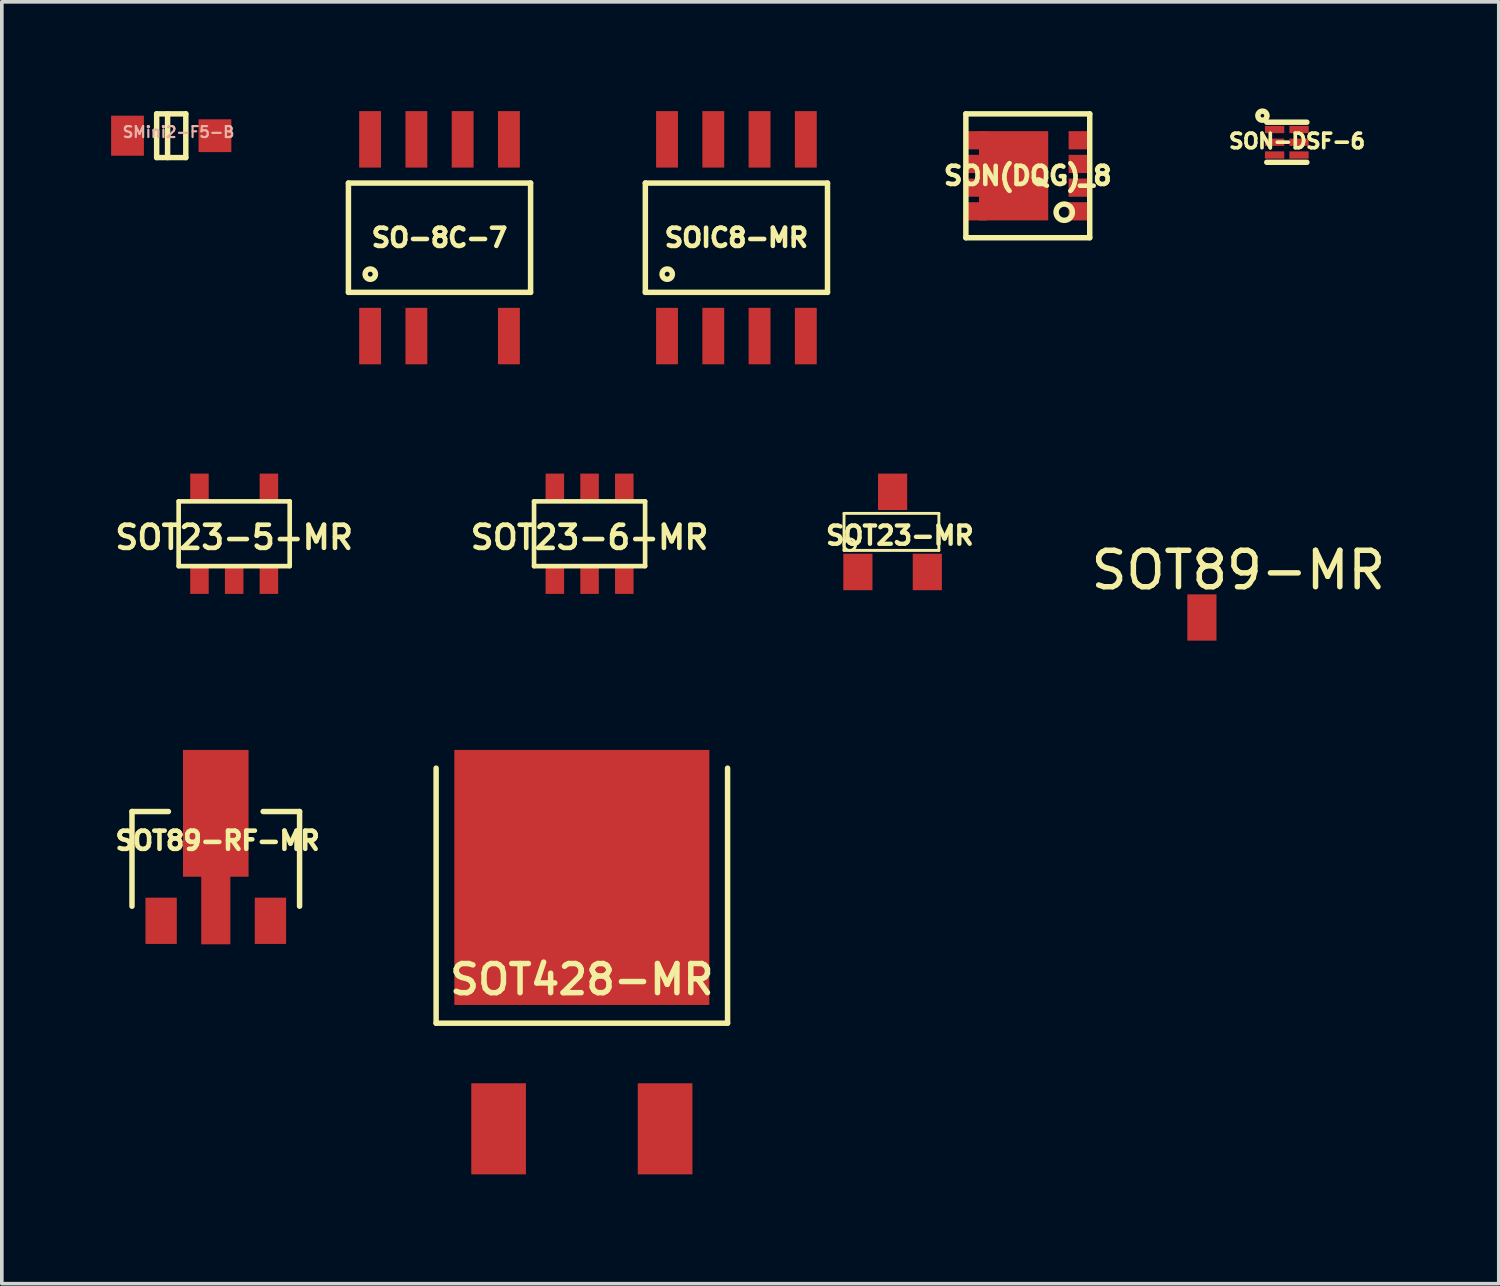
<source format=kicad_pcb>
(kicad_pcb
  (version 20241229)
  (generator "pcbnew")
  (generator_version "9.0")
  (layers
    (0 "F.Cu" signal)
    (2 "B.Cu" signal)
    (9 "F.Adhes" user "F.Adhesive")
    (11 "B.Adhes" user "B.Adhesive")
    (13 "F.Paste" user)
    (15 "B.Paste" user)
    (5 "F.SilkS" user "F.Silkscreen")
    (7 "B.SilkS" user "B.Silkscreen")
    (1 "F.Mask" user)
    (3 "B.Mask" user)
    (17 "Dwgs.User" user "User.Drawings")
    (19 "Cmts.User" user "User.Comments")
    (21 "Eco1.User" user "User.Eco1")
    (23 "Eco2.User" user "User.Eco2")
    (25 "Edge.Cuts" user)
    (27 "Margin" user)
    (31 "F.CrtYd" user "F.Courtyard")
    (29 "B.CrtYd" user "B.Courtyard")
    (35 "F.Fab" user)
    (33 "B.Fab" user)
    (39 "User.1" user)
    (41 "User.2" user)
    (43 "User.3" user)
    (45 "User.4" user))
  (footprint "SOT89-MR"
    (layer "F.Cu")
    (at 33.441 10.2)
    (property "Reference" "SOT89-MR" (at -2.5 2.4 0) (layer "F.SilkS") (effects (font (size 1 1) (thickness 0.15))))
    (attr smd)
    (pad "1" smd rect (at -3.5 3.7) (size 0.8 1.27) (layers "F.Cu" "F.Mask" "F.Paste")))
  (footprint "SOT23-5-MR"
    (layer "F.Cu")
    (at 3.378 11.601)
    (property "Reference" "SOT23-5-MR" (at 0 0.1 180) (layer "F.SilkS") (effects (font (size 0.635 0.635) (thickness 0.127))))
    (attr smd)
    (fp_line (start -1.524 -0.889) (end 1.524 -0.889) (stroke (width 0.127) (type solid)) (layer "F.SilkS"))
    (fp_line (start -1.524 0.889) (end -1.524 -0.889) (stroke (width 0.127) (type solid)) (layer "F.SilkS"))
    (fp_line (start 1.524 -0.889) (end 1.524 0.889) (stroke (width 0.127) (type solid)) (layer "F.SilkS"))
    (fp_line (start 1.524 0.889) (end -1.524 0.889) (stroke (width 0.127) (type solid)) (layer "F.SilkS"))
    (pad "1" smd rect (at -0.953 1.27) (size 0.508 0.762) (layers "F.Cu" "F.Mask" "F.Paste"))
    (pad "2" smd rect (at 0 1.27) (size 0.508 0.762) (layers "F.Cu" "F.Mask" "F.Paste"))
    (pad "3" smd rect (at 0.953 1.27) (size 0.508 0.762) (layers "F.Cu" "F.Mask" "F.Paste"))
    (pad "4" smd rect (at 0.953 -1.27) (size 0.508 0.762) (layers "F.Cu" "F.Mask" "F.Paste"))
    (pad "5" smd rect (at -0.953 -1.27) (size 0.508 0.762) (layers "F.Cu" "F.Mask" "F.Paste")))
  (footprint "SON-DSF-6"
    (layer "F.Cu")
    (at 32.272 0.855)
    (property "Reference" "SON-DSF-6" (at 0.28 -0.03 0) (layer "F.SilkS") (effects (font (size 0.4 0.4) (thickness 0.1))))
    (attr through_hole)
    (fp_line (start -0.55 -0.55) (end 0.55 -0.55) (stroke (width 0.15) (type solid)) (layer "F.SilkS"))
    (fp_line (start -0.55 0.55) (end 0.55 0.55) (stroke (width 0.15) (type solid)) (layer "F.SilkS"))
    (fp_circle (center -0.67 -0.73) (end -0.63 -0.7) (stroke (width 0.15) (type solid)) (fill no) (layer "F.SilkS"))
    (pad "1" smd rect (at -0.335 -0.35) (size 0.53 0.2) (layers "F.Cu" "F.Mask" "F.Paste"))
    (pad "2" smd rect (at -0.335 0) (size 0.53 0.2) (layers "F.Cu" "F.Mask" "F.Paste"))
    (pad "3" smd rect (at -0.335 0.35) (size 0.53 0.2) (layers "F.Cu" "F.Mask" "F.Paste"))
    (pad "4" smd rect (at 0.335 0.35) (size 0.53 0.2) (layers "F.Cu" "F.Mask" "F.Paste"))
    (pad "5" smd rect (at 0.335 0) (size 0.53 0.2) (layers "F.Cu" "F.Mask" "F.Paste"))
    (pad "6" smd rect (at 0.335 -0.35) (size 0.53 0.2) (layers "F.Cu" "F.Mask" "F.Paste")))
  (footprint "SON(DQG)_8"
    (layer "F.Cu")
    (at 25.162 1.775)
    (property "Reference" "SON(DQG)_8" (at 0 0 0) (layer "F.SilkS") (effects (font (size 0.5 0.5) (thickness 0.125))))
    (attr through_hole)
    (fp_line (start -1.7 -1.7) (end -1.7 1.7) (stroke (width 0.15) (type solid)) (layer "F.SilkS"))
    (fp_line (start -1.7 1.7) (end 1.7 1.7) (stroke (width 0.15) (type solid)) (layer "F.SilkS"))
    (fp_line (start 1.7 -1.7) (end -1.7 -1.7) (stroke (width 0.15) (type solid)) (layer "F.SilkS"))
    (fp_line (start 1.7 1.7) (end 1.7 -1.7) (stroke (width 0.15) (type solid)) (layer "F.SilkS"))
    (fp_circle (center 1 1) (end 1.2 1.1) (stroke (width 0.15) (type solid)) (fill no) (layer "F.SilkS"))
    (pad "1" smd rect (at 1.435 0.975) (size 0.63 0.5) (layers "F.Cu" "F.Mask" "F.Paste"))
    (pad "2" smd rect (at 1.435 0.325) (size 0.63 0.5) (layers "F.Cu" "F.Mask" "F.Paste"))
    (pad "3" smd rect (at 1.435 -0.325) (size 0.63 0.5) (layers "F.Cu" "F.Mask" "F.Paste"))
    (pad "4" smd rect (at 1.435 -0.975) (size 0.63 0.5) (layers "F.Cu" "F.Mask" "F.Paste"))
    (pad "5" smd rect (at -1.435 -0.975) (size 0.63 0.5) (layers "F.Cu" "F.Mask" "F.Paste"))
    (pad "6" smd rect (at -1.435 -0.325) (size 0.63 0.5) (layers "F.Cu" "F.Mask" "F.Paste"))
    (pad "7" smd rect (at -1.435 0.325) (size 0.63 0.5) (layers "F.Cu" "F.Mask" "F.Paste"))
    (pad "8" smd rect (at -1.435 0.975) (size 0.63 0.5) (layers "F.Cu" "F.Mask" "F.Paste"))
    (pad "8" smd rect (at -0.39 0) (size 1.9 2.45) (layers "F.Cu" "F.Mask" "F.Paste")))
  (footprint "SOT23-MR"
    (layer "F.Cu")
    (at 21.451 11.55)
    (property "Reference" "SOT23-MR" (at 0.2 0.1 180) (layer "F.SilkS") (effects (font (size 0.5 0.5) (thickness 0.119))))
    (attr smd)
    (fp_line (start -1.333 -0.508) (end -1.333 0.508) (stroke (width 0.079) (type solid)) (layer "F.SilkS"))
    (fp_line (start -1.333 -0.508) (end 1.27 -0.508) (stroke (width 0.079) (type solid)) (layer "F.SilkS"))
    (fp_line (start 1.27 -0.508) (end 1.27 0.508) (stroke (width 0.079) (type solid)) (layer "F.SilkS"))
    (fp_line (start 1.27 0.508) (end -1.333 0.508) (stroke (width 0.079) (type solid)) (layer "F.SilkS"))
    (fp_circle (center -1.176 0.351) (end -1.3 0.45) (stroke (width 0.079) (type solid)) (fill no) (layer "F.SilkS"))
    (pad "1" smd rect (at -0.953 1.1) (size 0.8 1.001) (layers "F.Cu" "F.Mask" "F.Paste"))
    (pad "2" smd rect (at 0.953 1.1) (size 0.8 1.001) (layers "F.Cu" "F.Mask" "F.Paste"))
    (pad "3" smd rect (at 0 -1.1) (size 0.8 1.001) (layers "F.Cu" "F.Mask" "F.Paste")))
  (footprint "SOT428-MR"
    (layer "F.Cu")
    (at 12.921 21.035)
    (property "Reference" "SOT428-MR" (at 0 2.8 0) (layer "F.SilkS") (effects (font (size 0.8 0.8) (thickness 0.15))))
    (attr through_hole)
    (fp_line (start -4 -3) (end -4 4) (stroke (width 0.15) (type solid)) (layer "F.SilkS"))
    (fp_line (start -4 4) (end 4 4) (stroke (width 0.15) (type solid)) (layer "F.SilkS"))
    (fp_line (start 4 4) (end 4 -3) (stroke (width 0.15) (type solid)) (layer "F.SilkS"))
    (pad "1" smd rect (at -2.285 6.9) (size 1.5 2.5) (layers "F.Cu" "F.Mask" "F.Paste"))
    (pad "2" smd rect (at 0 0) (size 7 7) (layers "F.Cu" "F.Mask" "F.Paste"))
    (pad "3" smd rect (at 2.285 6.9) (size 1.5 2.5) (layers "F.Cu" "F.Mask" "F.Paste")))
  (footprint "SOT89-RF-MR"
    (layer "F.Cu")
    (at 2.873 20.525)
    (property "Reference" "SOT89-RF-MR" (at 0.05 -0.5 0) (layer "F.SilkS") (effects (font (size 0.5 0.5) (thickness 0.125))))
    (attr smd)
    (fp_line (start -2.3 -1.3) (end -2.3 1.3) (stroke (width 0.15) (type solid)) (layer "F.SilkS"))
    (fp_line (start -2.3 -1.3) (end -1.3 -1.3) (stroke (width 0.15) (type solid)) (layer "F.SilkS"))
    (fp_line (start 2.3 -1.3) (end 1.3 -1.3) (stroke (width 0.15) (type solid)) (layer "F.SilkS"))
    (fp_line (start 2.3 -1.3) (end 2.3 1.3) (stroke (width 0.15) (type solid)) (layer "F.SilkS"))
    (pad "1" smd rect (at -1.5 1.7) (size 0.86 1.27) (layers "F.Cu" "F.Mask" "F.Paste"))
    (pad "2" smd rect (at 0 1.4) (size 0.8 1.89) (layers "F.Cu" "F.Mask" "F.Paste"))
    (pad "3" smd rect (at 1.5 1.7) (size 0.86 1.27) (layers "F.Cu" "F.Mask" "F.Paste"))
    (pad "4" smd rect (at 0 -1.25) (size 1.8 3.48) (layers "F.Cu" "F.Mask" "F.Paste")))
  (footprint "SOIC8-MR"
    (layer "F.Cu")
    (at 17.164 3.475)
    (property "Reference" "SOIC8-MR" (at 0 0 0) (layer "F.SilkS") (effects (font (size 0.5 0.5) (thickness 0.125))))
    (attr through_hole)
    (fp_line (start -2.5 -1.5) (end -2.5 1.5) (stroke (width 0.15) (type solid)) (layer "F.SilkS"))
    (fp_line (start -2.5 1.5) (end 2.5 1.5) (stroke (width 0.15) (type solid)) (layer "F.SilkS"))
    (fp_line (start 2.5 -1.5) (end -2.5 -1.5) (stroke (width 0.15) (type solid)) (layer "F.SilkS"))
    (fp_line (start 2.5 1.5) (end 2.5 -1.5) (stroke (width 0.15) (type solid)) (layer "F.SilkS"))
    (fp_circle (center -1.9 1) (end -1.8 1.1) (stroke (width 0.15) (type solid)) (fill no) (layer "F.SilkS"))
    (pad "1" smd rect (at -1.905 2.7) (size 0.6 1.55) (layers "F.Cu" "F.Mask" "F.Paste"))
    (pad "2" smd rect (at -0.635 2.7) (size 0.6 1.55) (layers "F.Cu" "F.Mask" "F.Paste"))
    (pad "3" smd rect (at 0.635 2.7) (size 0.6 1.55) (layers "F.Cu" "F.Mask" "F.Paste"))
    (pad "4" smd rect (at 1.905 2.7) (size 0.6 1.55) (layers "F.Cu" "F.Mask" "F.Paste"))
    (pad "5" smd rect (at 1.905 -2.7) (size 0.6 1.55) (layers "F.Cu" "F.Mask" "F.Paste"))
    (pad "6" smd rect (at 0.635 -2.7) (size 0.6 1.55) (layers "F.Cu" "F.Mask" "F.Paste"))
    (pad "7" smd rect (at -0.635 -2.7) (size 0.6 1.55) (layers "F.Cu" "F.Mask" "F.Paste"))
    (pad "8" smd rect (at -1.905 -2.7) (size 0.6 1.55) (layers "F.Cu" "F.Mask" "F.Paste")))
  (footprint "SO-8C-7"
    (layer "F.Cu")
    (at 9.014 3.475)
    (property "Reference" "SO-8C-7" (at 0 0 0) (layer "F.SilkS") (effects (font (size 0.5 0.5) (thickness 0.125))))
    (attr through_hole)
    (fp_line (start -2.5 -1.5) (end -2.5 1.5) (stroke (width 0.15) (type solid)) (layer "F.SilkS"))
    (fp_line (start -2.5 1.5) (end 2.5 1.5) (stroke (width 0.15) (type solid)) (layer "F.SilkS"))
    (fp_line (start 2.5 -1.5) (end -2.5 -1.5) (stroke (width 0.15) (type solid)) (layer "F.SilkS"))
    (fp_line (start 2.5 1.5) (end 2.5 -1.5) (stroke (width 0.15) (type solid)) (layer "F.SilkS"))
    (fp_circle (center -1.9 1) (end -1.8 1.1) (stroke (width 0.15) (type solid)) (fill no) (layer "F.SilkS"))
    (pad "1" smd rect (at -1.905 2.7) (size 0.6 1.55) (layers "F.Cu" "F.Mask" "F.Paste"))
    (pad "2" smd rect (at -0.635 2.7) (size 0.6 1.55) (layers "F.Cu" "F.Mask" "F.Paste"))
    (pad "4" smd rect (at 1.905 2.7) (size 0.6 1.55) (layers "F.Cu" "F.Mask" "F.Paste"))
    (pad "5" smd rect (at 1.905 -2.7) (size 0.6 1.55) (layers "F.Cu" "F.Mask" "F.Paste"))
    (pad "6" smd rect (at 0.635 -2.7) (size 0.6 1.55) (layers "F.Cu" "F.Mask" "F.Paste"))
    (pad "7" smd rect (at -0.635 -2.7) (size 0.6 1.55) (layers "F.Cu" "F.Mask" "F.Paste"))
    (pad "8" smd rect (at -1.905 -2.7) (size 0.6 1.55) (layers "F.Cu" "F.Mask" "F.Paste")))
  (footprint "SMini2-F5-B"
    (layer "F.Cu")
    (at 1.65 0.675)
    (property "Reference" "SMini2-F5-B" (at 0.2 -0.1 0) (layer "B.SilkS") (effects (font (size 0.3 0.3) (thickness 0.06))))
    (attr smd)
    (fp_line (start -0.4 -0.6) (end 0.4 -0.6) (stroke (width 0.15) (type solid)) (layer "F.SilkS"))
    (fp_line (start -0.4 0.6) (end -0.4 -0.6) (stroke (width 0.15) (type solid)) (layer "F.SilkS"))
    (fp_line (start -0.1 0.6) (end -0.1 -0.6) (stroke (width 0.15) (type solid)) (layer "F.SilkS"))
    (fp_line (start 0.4 -0.6) (end 0.4 0.6) (stroke (width 0.15) (type solid)) (layer "F.SilkS"))
    (fp_line (start 0.4 0.6) (end -0.4 0.6) (stroke (width 0.15) (type solid)) (layer "F.SilkS"))
    (pad "A" smd rect (at 1.2 0) (size 0.9 0.9) (layers "F.Cu" "F.Mask" "F.Paste"))
    (pad "C" smd rect (at -1.2 0) (size 0.9 1.1) (layers "F.Cu" "F.Mask" "F.Paste")))
  (footprint "SOT23-6-MR"
    (layer "F.Cu")
    (at 13.133 11.601)
    (property "Reference" "SOT23-6-MR" (at 0 0.1 0) (layer "F.SilkS") (effects (font (size 0.635 0.635) (thickness 0.127))))
    (attr smd)
    (fp_line (start -1.524 -0.889) (end 1.524 -0.889) (stroke (width 0.127) (type solid)) (layer "F.SilkS"))
    (fp_line (start -1.524 0.889) (end -1.524 -0.889) (stroke (width 0.127) (type solid)) (layer "F.SilkS"))
    (fp_line (start 1.524 -0.889) (end 1.524 0.889) (stroke (width 0.127) (type solid)) (layer "F.SilkS"))
    (fp_line (start 1.524 0.889) (end -1.524 0.889) (stroke (width 0.127) (type solid)) (layer "F.SilkS"))
    (pad "1" smd rect (at -0.953 1.27) (size 0.508 0.762) (layers "F.Cu" "F.Mask" "F.Paste"))
    (pad "2" smd rect (at 0 1.27) (size 0.508 0.762) (layers "F.Cu" "F.Mask" "F.Paste"))
    (pad "3" smd rect (at 0.953 1.27) (size 0.508 0.762) (layers "F.Cu" "F.Mask" "F.Paste"))
    (pad "4" smd rect (at 0.953 -1.27) (size 0.508 0.762) (layers "F.Cu" "F.Mask" "F.Paste"))
    (pad "5" smd rect (at 0 -1.27) (size 0.508 0.762) (layers "F.Cu" "F.Mask" "F.Paste"))
    (pad "6" smd rect (at -0.953 -1.27) (size 0.508 0.762) (layers "F.Cu" "F.Mask" "F.Paste")))
  (gr_rect
    (start -3 -3)
    (end 38.09 32.185)
    (stroke (width 0.1) (type default))
    (fill no)
    (layer "Edge.Cuts")))
</source>
